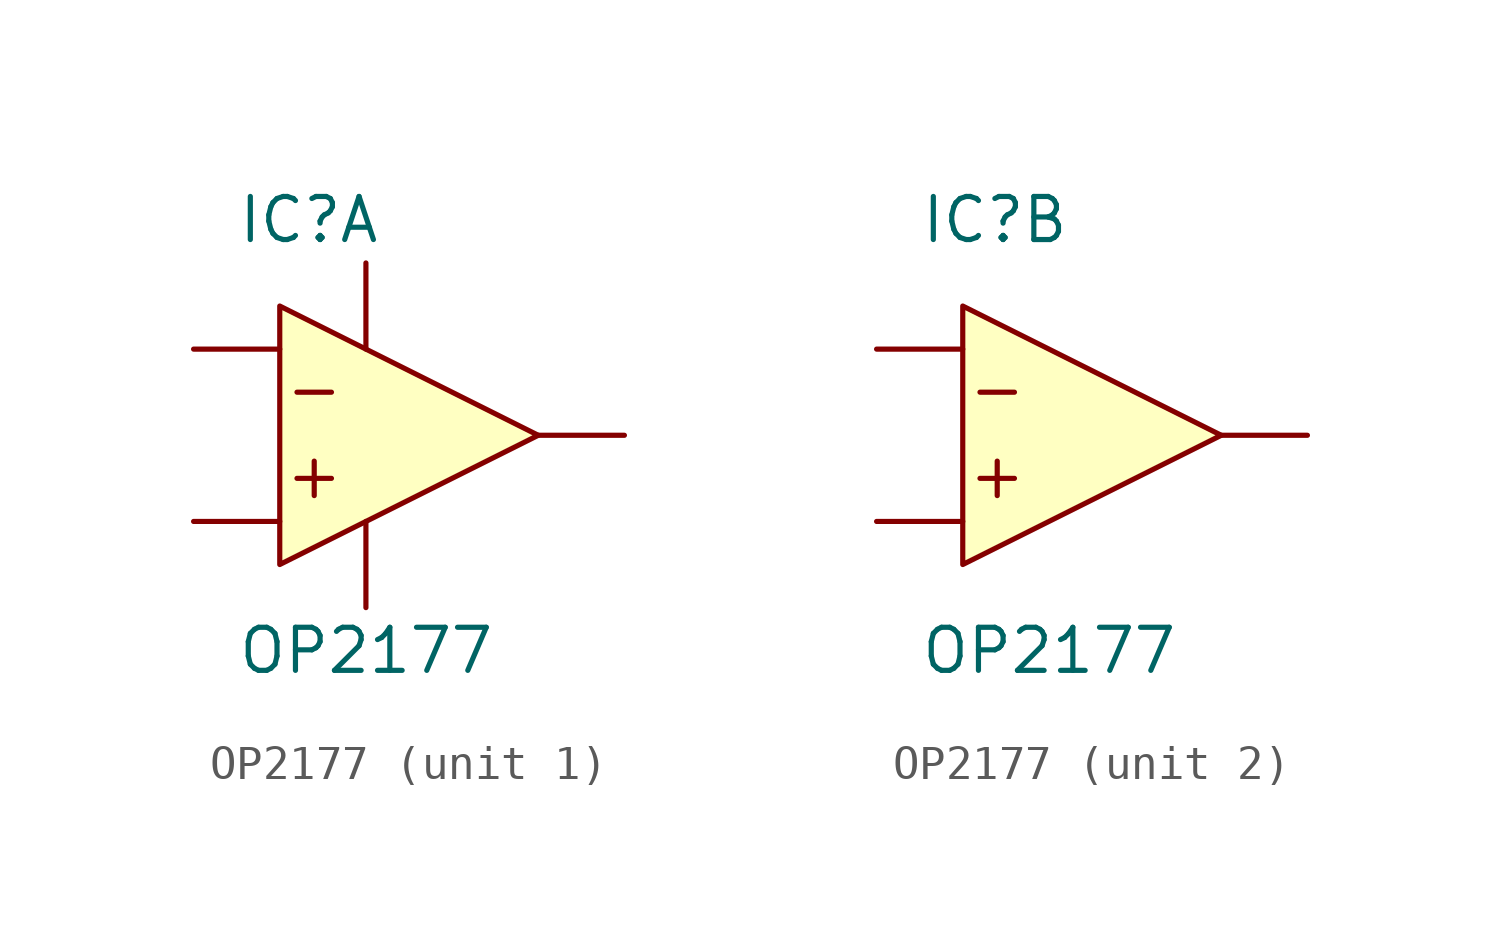
<source format=kicad_sym>
(kicad_symbol_lib
  (version 20211014)
  (generator kicad_symbol_editor)
  (symbol "OP2177"
    (pin_numbers hide)
    (pin_names
      (offset 1.016) hide)
    (property "Reference" "IC"
      (at -3.81 6.35 0)
      (effects (font (size 1.27 1.27)) (justify left)))
    (property "Value" "OP2177"
      (at -3.81 -6.35 0)
      (effects (font (size 1.27 1.27)) (justify left)))
    (symbol "OP2177_0_1"
      (polyline (pts (xy -2.032 1.27) (xy -1.016 1.27)) (stroke (width 0) (type default) (color 0 0 0 0)) (fill (type none)))
      (polyline (pts (xy -1.524 -0.762) (xy -1.524 -1.778)) (stroke (width 0) (type default) (color 0 0 0 0)) (fill (type none)))
      (polyline (pts (xy -1.016 -1.27) (xy -2.032 -1.27)) (stroke (width 0) (type default) (color 0 0 0 0)) (fill (type none)))
      (polyline (pts (xy 5.08 0) (xy -2.54 3.81) (xy -2.54 -3.81) (xy 5.08 0)) (stroke (width 0) (type default) (color 0 0 0 0)) (fill (type background))))
    (symbol "OP2177_1_1"
      (pin output line (at 7.62 0 180) (length 2.54) (name "OUT_A" (effects (font (size 1.27 1.27)))) (number "1" (effects (font (size 1.27 1.27)))))
      (pin input line (at -5.08 2.54 0) (length 2.54) (name "-IN_A" (effects (font (size 1.27 1.27)))) (number "2" (effects (font (size 1.27 1.27)))))
      (pin input line (at -5.08 -2.54 0) (length 2.54) (name "+IN_A" (effects (font (size 1.27 1.27)))) (number "3" (effects (font (size 1.27 1.27)))))
      (pin power_in line (at 0 -5.08 90) (length 2.54) (name "V-" (effects (font (size 1.27 1.27)))) (number "4" (effects (font (size 1.27 1.27)))))
      (pin power_in line (at 0 5.08 270) (length 2.54) (name "V+" (effects (font (size 1.27 1.27)))) (number "8" (effects (font (size 1.27 1.27))))))
    (symbol "OP2177_2_1"
      (pin input line (at -5.08 -2.54 0) (length 2.54) (name "+IN_B" (effects (font (size 1.27 1.27)))) (number "5" (effects (font (size 1.27 1.27)))))
      (pin input line (at -5.08 2.54 0) (length 2.54) (name "-IN_B" (effects (font (size 1.27 1.27)))) (number "6" (effects (font (size 1.27 1.27)))))
      (pin output line (at 7.62 0 180) (length 2.54) (name "OUT_B" (effects (font (size 1.27 1.27)))) (number "7" (effects (font (size 1.27 1.27))))))))
</source>
